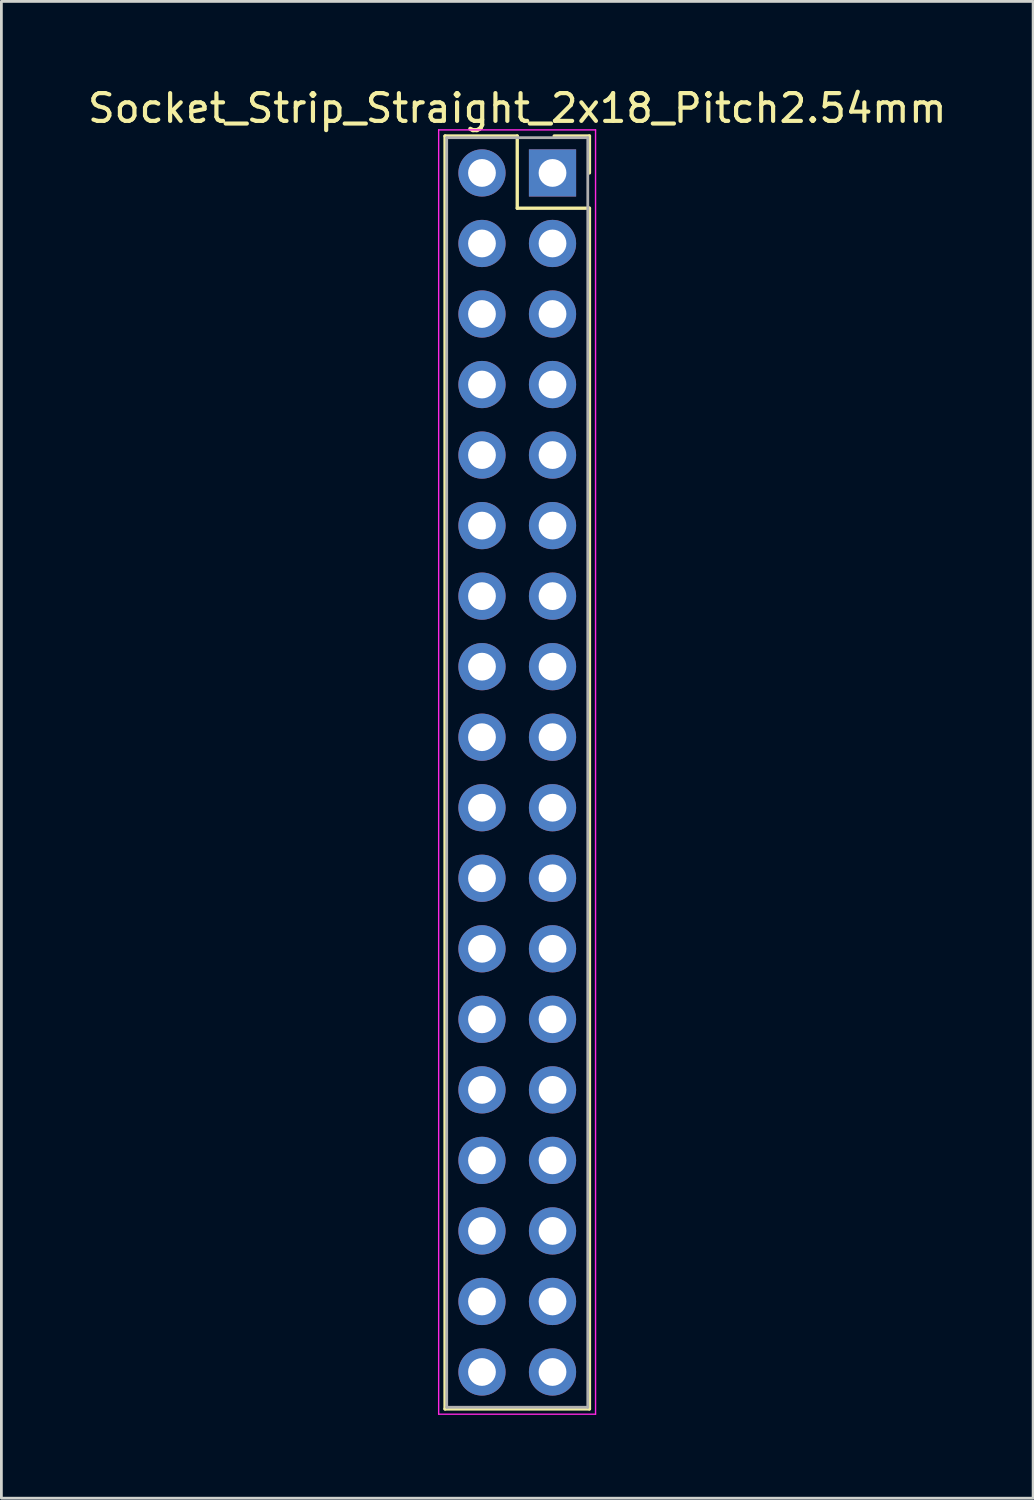
<source format=kicad_pcb>
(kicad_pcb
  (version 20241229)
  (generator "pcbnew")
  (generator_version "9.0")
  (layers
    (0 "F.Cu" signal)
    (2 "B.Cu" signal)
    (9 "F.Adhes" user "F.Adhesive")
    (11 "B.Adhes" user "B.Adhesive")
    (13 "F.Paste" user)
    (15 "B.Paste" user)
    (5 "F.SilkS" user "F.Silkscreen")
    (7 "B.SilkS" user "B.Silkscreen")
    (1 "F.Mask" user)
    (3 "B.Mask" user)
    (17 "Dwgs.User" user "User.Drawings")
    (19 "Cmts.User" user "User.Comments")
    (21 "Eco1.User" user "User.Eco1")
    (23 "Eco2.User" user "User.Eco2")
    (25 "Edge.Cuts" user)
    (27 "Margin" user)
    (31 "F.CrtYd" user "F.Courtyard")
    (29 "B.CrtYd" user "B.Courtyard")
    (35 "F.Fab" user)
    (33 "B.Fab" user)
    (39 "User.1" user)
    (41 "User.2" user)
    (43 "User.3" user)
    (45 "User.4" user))
  (footprint "Socket_Strip_Straight_2x18_Pitch2.54mm"
    (layer "F.Cu")
    (at 16.847 3.178)
    (property "Reference" "Socket_Strip_Straight_2x18_Pitch2.54mm" (at -1.27 -2.33 0) (layer "F.SilkS") (effects (font (size 1 1) (thickness 0.15))))
    (attr through_hole)
    (fp_line (start -3.87 -1.33) (end -1.27 -1.33) (stroke (width 0.12) (type solid)) (layer "F.SilkS"))
    (fp_line (start -3.87 44.51) (end -3.87 -1.33) (stroke (width 0.12) (type solid)) (layer "F.SilkS"))
    (fp_line (start -1.27 -1.33) (end -1.27 1.27) (stroke (width 0.12) (type solid)) (layer "F.SilkS"))
    (fp_line (start -1.27 1.27) (end 1.33 1.27) (stroke (width 0.12) (type solid)) (layer "F.SilkS"))
    (fp_line (start 1.33 -1.33) (end 0.06 -1.33) (stroke (width 0.12) (type solid)) (layer "F.SilkS"))
    (fp_line (start 1.33 0) (end 1.33 -1.33) (stroke (width 0.12) (type solid)) (layer "F.SilkS"))
    (fp_line (start 1.33 1.27) (end 1.33 44.51) (stroke (width 0.12) (type solid)) (layer "F.SilkS"))
    (fp_line (start 1.33 44.51) (end -3.87 44.51) (stroke (width 0.12) (type solid)) (layer "F.SilkS"))
    (fp_line (start -4.1 -1.55) (end -4.1 44.7) (stroke (width 0.05) (type solid)) (layer "F.CrtYd"))
    (fp_line (start -4.1 44.7) (end 1.55 44.7) (stroke (width 0.05) (type solid)) (layer "F.CrtYd"))
    (fp_line (start 1.55 -1.55) (end -4.1 -1.55) (stroke (width 0.05) (type solid)) (layer "F.CrtYd"))
    (fp_line (start 1.55 44.7) (end 1.55 -1.55) (stroke (width 0.05) (type solid)) (layer "F.CrtYd"))
    (fp_line (start -3.81 -1.27) (end -3.81 44.45) (stroke (width 0.1) (type solid)) (layer "F.Fab"))
    (fp_line (start -3.81 44.45) (end 1.27 44.45) (stroke (width 0.1) (type solid)) (layer "F.Fab"))
    (fp_line (start 1.27 -1.27) (end -3.81 -1.27) (stroke (width 0.1) (type solid)) (layer "F.Fab"))
    (fp_line (start 1.27 44.45) (end 1.27 -1.27) (stroke (width 0.1) (type solid)) (layer "F.Fab"))
    (pad "1" thru_hole rect (at 0 0) (size 1.7 1.7) (drill 1) (layers "*.Cu" "*.Mask"))
    (pad "2" thru_hole oval (at -2.54 0) (size 1.7 1.7) (drill 1) (layers "*.Cu" "*.Mask"))
    (pad "3" thru_hole oval (at 0 2.54) (size 1.7 1.7) (drill 1) (layers "*.Cu" "*.Mask"))
    (pad "4" thru_hole oval (at -2.54 2.54) (size 1.7 1.7) (drill 1) (layers "*.Cu" "*.Mask"))
    (pad "5" thru_hole oval (at 0 5.08) (size 1.7 1.7) (drill 1) (layers "*.Cu" "*.Mask"))
    (pad "6" thru_hole oval (at -2.54 5.08) (size 1.7 1.7) (drill 1) (layers "*.Cu" "*.Mask"))
    (pad "7" thru_hole oval (at 0 7.62) (size 1.7 1.7) (drill 1) (layers "*.Cu" "*.Mask"))
    (pad "8" thru_hole oval (at -2.54 7.62) (size 1.7 1.7) (drill 1) (layers "*.Cu" "*.Mask"))
    (pad "9" thru_hole oval (at 0 10.16) (size 1.7 1.7) (drill 1) (layers "*.Cu" "*.Mask"))
    (pad "10" thru_hole oval (at -2.54 10.16) (size 1.7 1.7) (drill 1) (layers "*.Cu" "*.Mask"))
    (pad "11" thru_hole oval (at 0 12.7) (size 1.7 1.7) (drill 1) (layers "*.Cu" "*.Mask"))
    (pad "12" thru_hole oval (at -2.54 12.7) (size 1.7 1.7) (drill 1) (layers "*.Cu" "*.Mask"))
    (pad "13" thru_hole oval (at 0 15.24) (size 1.7 1.7) (drill 1) (layers "*.Cu" "*.Mask"))
    (pad "14" thru_hole oval (at -2.54 15.24) (size 1.7 1.7) (drill 1) (layers "*.Cu" "*.Mask"))
    (pad "15" thru_hole oval (at 0 17.78) (size 1.7 1.7) (drill 1) (layers "*.Cu" "*.Mask"))
    (pad "16" thru_hole oval (at -2.54 17.78) (size 1.7 1.7) (drill 1) (layers "*.Cu" "*.Mask"))
    (pad "17" thru_hole oval (at 0 20.32) (size 1.7 1.7) (drill 1) (layers "*.Cu" "*.Mask"))
    (pad "18" thru_hole oval (at -2.54 20.32) (size 1.7 1.7) (drill 1) (layers "*.Cu" "*.Mask"))
    (pad "19" thru_hole oval (at 0 22.86) (size 1.7 1.7) (drill 1) (layers "*.Cu" "*.Mask"))
    (pad "20" thru_hole oval (at -2.54 22.86) (size 1.7 1.7) (drill 1) (layers "*.Cu" "*.Mask"))
    (pad "21" thru_hole oval (at 0 25.4) (size 1.7 1.7) (drill 1) (layers "*.Cu" "*.Mask"))
    (pad "22" thru_hole oval (at -2.54 25.4) (size 1.7 1.7) (drill 1) (layers "*.Cu" "*.Mask"))
    (pad "23" thru_hole oval (at 0 27.94) (size 1.7 1.7) (drill 1) (layers "*.Cu" "*.Mask"))
    (pad "24" thru_hole oval (at -2.54 27.94) (size 1.7 1.7) (drill 1) (layers "*.Cu" "*.Mask"))
    (pad "25" thru_hole oval (at 0 30.48) (size 1.7 1.7) (drill 1) (layers "*.Cu" "*.Mask"))
    (pad "26" thru_hole oval (at -2.54 30.48) (size 1.7 1.7) (drill 1) (layers "*.Cu" "*.Mask"))
    (pad "27" thru_hole oval (at 0 33.02) (size 1.7 1.7) (drill 1) (layers "*.Cu" "*.Mask"))
    (pad "28" thru_hole oval (at -2.54 33.02) (size 1.7 1.7) (drill 1) (layers "*.Cu" "*.Mask"))
    (pad "29" thru_hole oval (at 0 35.56) (size 1.7 1.7) (drill 1) (layers "*.Cu" "*.Mask"))
    (pad "30" thru_hole oval (at -2.54 35.56) (size 1.7 1.7) (drill 1) (layers "*.Cu" "*.Mask"))
    (pad "31" thru_hole oval (at 0 38.1) (size 1.7 1.7) (drill 1) (layers "*.Cu" "*.Mask"))
    (pad "32" thru_hole oval (at -2.54 38.1) (size 1.7 1.7) (drill 1) (layers "*.Cu" "*.Mask"))
    (pad "33" thru_hole oval (at 0 40.64) (size 1.7 1.7) (drill 1) (layers "*.Cu" "*.Mask"))
    (pad "34" thru_hole oval (at -2.54 40.64) (size 1.7 1.7) (drill 1) (layers "*.Cu" "*.Mask"))
    (pad "35" thru_hole oval (at 0 43.18) (size 1.7 1.7) (drill 1) (layers "*.Cu" "*.Mask"))
    (pad "36" thru_hole oval (at -2.54 43.18) (size 1.7 1.7) (drill 1) (layers "*.Cu" "*.Mask")))
  (gr_rect
    (start -3 -3)
    (end 34.155 50.903)
    (stroke (width 0.1) (type default))
    (fill no)
    (layer "Edge.Cuts")))
</source>
